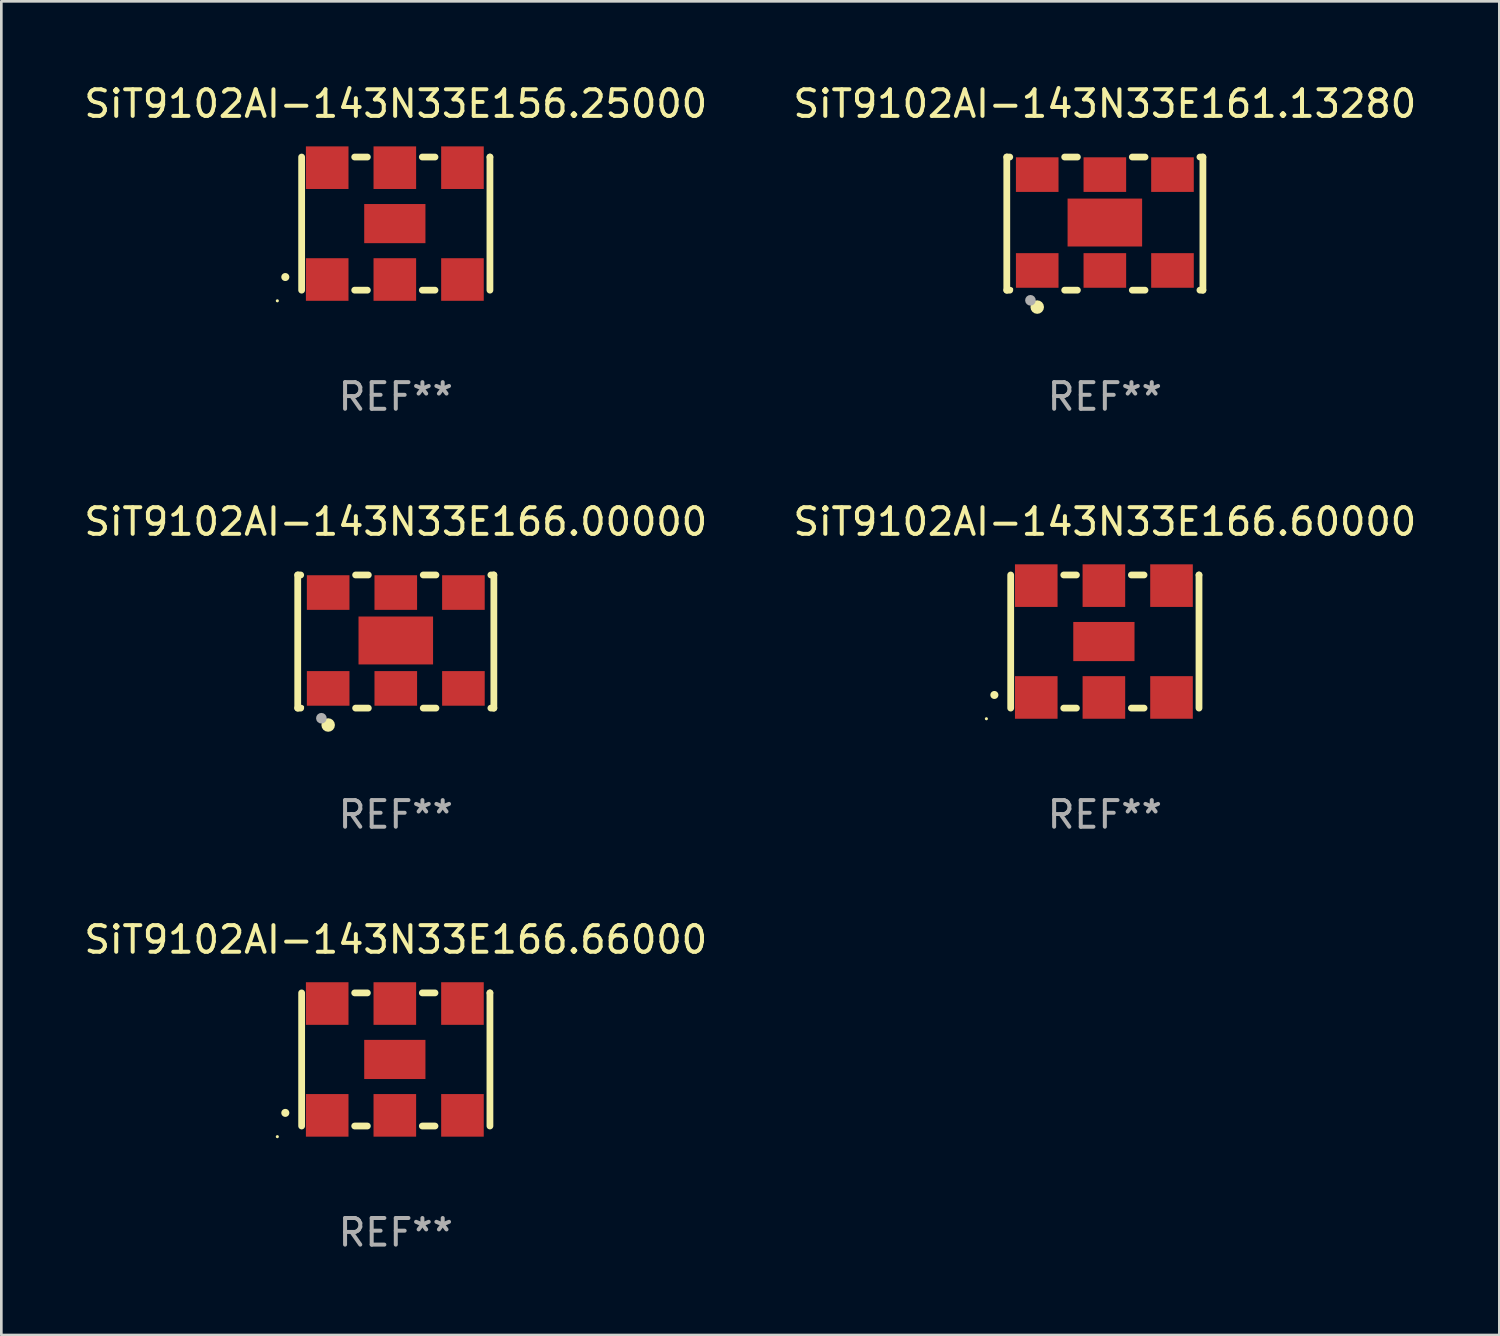
<source format=kicad_pcb>
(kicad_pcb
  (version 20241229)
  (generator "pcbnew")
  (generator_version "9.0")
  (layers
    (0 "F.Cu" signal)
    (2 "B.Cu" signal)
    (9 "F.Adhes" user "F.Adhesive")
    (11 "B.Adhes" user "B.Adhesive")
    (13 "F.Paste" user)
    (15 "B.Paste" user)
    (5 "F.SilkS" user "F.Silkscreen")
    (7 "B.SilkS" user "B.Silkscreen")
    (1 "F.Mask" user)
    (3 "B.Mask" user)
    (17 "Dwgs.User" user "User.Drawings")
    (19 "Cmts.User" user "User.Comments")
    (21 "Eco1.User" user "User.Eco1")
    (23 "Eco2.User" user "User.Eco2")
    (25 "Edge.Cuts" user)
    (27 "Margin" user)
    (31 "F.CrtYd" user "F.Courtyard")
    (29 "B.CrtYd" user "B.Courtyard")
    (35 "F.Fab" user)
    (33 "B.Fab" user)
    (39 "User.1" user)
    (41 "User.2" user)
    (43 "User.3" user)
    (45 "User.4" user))
  (footprint "SiT9102AI-143N33E161.13280"
    (layer "F.Cu")
    (at 38.446 5.348)
    (property "Reference" "SiT9102AI-143N33E161.13280" (at 0 -4.5 0) (layer "F.SilkS") (effects (font (size 1 1) (thickness 0.15))))
    (attr through_hole)
    (fp_line (start -3.683 -2.5) (end -3.571 -2.5) (stroke (width 0.254) (type solid)) (layer "F.SilkS"))
    (fp_line (start -3.683 2.5) (end -3.683 -2.5) (stroke (width 0.254) (type solid)) (layer "F.SilkS"))
    (fp_line (start -3.683 2.5) (end -3.571 2.5) (stroke (width 0.254) (type solid)) (layer "F.SilkS"))
    (fp_line (start -1.509 -2.5) (end -1.031 -2.5) (stroke (width 0.254) (type solid)) (layer "F.SilkS"))
    (fp_line (start -1.509 2.5) (end -1.031 2.5) (stroke (width 0.254) (type solid)) (layer "F.SilkS"))
    (fp_line (start 1.031 -2.5) (end 1.509 -2.5) (stroke (width 0.254) (type solid)) (layer "F.SilkS"))
    (fp_line (start 1.031 2.5) (end 1.509 2.5) (stroke (width 0.254) (type solid)) (layer "F.SilkS"))
    (fp_line (start 3.571 -2.5) (end 3.683 -2.5) (stroke (width 0.254) (type solid)) (layer "F.SilkS"))
    (fp_line (start 3.571 2.5) (end 3.683 2.5) (stroke (width 0.254) (type solid)) (layer "F.SilkS"))
    (fp_line (start 3.683 2.5) (end 3.683 -2.5) (stroke (width 0.254) (type solid)) (layer "F.SilkS"))
    (fp_circle (center -3.5 2.46) (end -3.47 2.46) (stroke (width 0.06) (type solid)) (fill no) (layer "F.SilkS"))
    (fp_circle (center -2.54 3.135) (end -2.413 3.135) (stroke (width 0.254) (type solid)) (fill no) (layer "F.SilkS"))
    (fp_circle (center -2.794 2.881) (end -2.694 2.881) (stroke (width 0.2) (type solid)) (fill no) (layer "F.Fab"))
    (fp_text user "REF**" (at 0 6.5 0) (layer "F.Fab") (effects (font (size 1 1) (thickness 0.15))))
    (pad "1" smd rect (at -2.54 1.76) (size 1.6 1.3) (layers "F.Cu" "F.Mask" "F.Paste"))
    (pad "2" smd rect (at 0 1.76) (size 1.6 1.3) (layers "F.Cu" "F.Mask" "F.Paste"))
    (pad "3" smd rect (at 2.54 1.76) (size 1.6 1.3) (layers "F.Cu" "F.Mask" "F.Paste"))
    (pad "4" smd rect (at 2.54 -1.84) (size 1.6 1.3) (layers "F.Cu" "F.Mask" "F.Paste"))
    (pad "5" smd rect (at 0 -1.84) (size 1.6 1.3) (layers "F.Cu" "F.Mask" "F.Paste"))
    (pad "6" smd rect (at -2.54 -1.84) (size 1.6 1.3) (layers "F.Cu" "F.Mask" "F.Paste"))
    (pad "7" smd rect (at 0 -0.04) (size 2.8 1.8) (layers "F.Cu" "F.Mask" "F.Paste")))
  (footprint "SiT9102AI-143N33E156.25000"
    (layer "F.Cu")
    (at 11.815 5.348)
    (property "Reference" "SiT9102AI-143N33E156.25000" (at 0 -4.5 0) (layer "F.SilkS") (effects (font (size 1 1) (thickness 0.15))))
    (attr through_hole)
    (fp_line (start -3.536 -2.5) (end -3.536 2.5) (stroke (width 0.254) (type solid)) (layer "F.SilkS"))
    (fp_line (start -1.544 2.5) (end -1.067 2.5) (stroke (width 0.254) (type solid)) (layer "F.SilkS"))
    (fp_line (start -1.067 -2.5) (end -1.544 -2.5) (stroke (width 0.254) (type solid)) (layer "F.SilkS"))
    (fp_line (start 0.996 2.5) (end 1.473 2.5) (stroke (width 0.254) (type solid)) (layer "F.SilkS"))
    (fp_line (start 1.473 -2.5) (end 0.996 -2.5) (stroke (width 0.254) (type solid)) (layer "F.SilkS"))
    (fp_line (start 3.536 -2.5) (end 3.536 -2.5) (stroke (width 0.254) (type solid)) (layer "F.SilkS"))
    (fp_line (start 3.536 2.5) (end 3.536 -2.5) (stroke (width 0.254) (type solid)) (layer "F.SilkS"))
    (fp_arc (start -4.150432 2.006604) (mid -4.149162 2.006599) (end -4.147892 2.006604) (stroke (width 0.3) (type solid)) (layer "F.SilkS"))
    (fp_circle (center -4.449 2.9) (end -4.419 2.9) (stroke (width 0.06) (type solid)) (fill no) (layer "F.SilkS"))
    (fp_text user "REF**" (at 0 6.5 0) (layer "F.Fab") (effects (font (size 1 1) (thickness 0.15))))
    (pad "1" smd rect (at -2.576 2.1) (size 1.6 1.6) (layers "F.Cu" "F.Mask" "F.Paste"))
    (pad "2" smd rect (at -0.036 2.1) (size 1.6 1.6) (layers "F.Cu" "F.Mask" "F.Paste"))
    (pad "3" smd rect (at 2.504 2.1) (size 1.6 1.6) (layers "F.Cu" "F.Mask" "F.Paste"))
    (pad "4" smd rect (at 2.504 -2.1) (size 1.6 1.6) (layers "F.Cu" "F.Mask" "F.Paste"))
    (pad "5" smd rect (at -0.036 -2.1) (size 1.6 1.6) (layers "F.Cu" "F.Mask" "F.Paste"))
    (pad "6" smd rect (at -2.576 -2.1) (size 1.6 1.6) (layers "F.Cu" "F.Mask" "F.Paste"))
    (pad "7" smd rect (at -0.036 0) (size 2.3 1.47) (layers "F.Cu" "F.Mask" "F.Paste")))
  (footprint "SiT9102AI-143N33E166.00000"
    (layer "F.Cu")
    (at 11.815 21.045)
    (property "Reference" "SiT9102AI-143N33E166.00000" (at 0 -4.5 0) (layer "F.SilkS") (effects (font (size 1 1) (thickness 0.15))))
    (attr through_hole)
    (fp_line (start -3.683 -2.5) (end -3.571 -2.5) (stroke (width 0.254) (type solid)) (layer "F.SilkS"))
    (fp_line (start -3.683 2.5) (end -3.683 -2.5) (stroke (width 0.254) (type solid)) (layer "F.SilkS"))
    (fp_line (start -3.683 2.5) (end -3.571 2.5) (stroke (width 0.254) (type solid)) (layer "F.SilkS"))
    (fp_line (start -1.509 -2.5) (end -1.031 -2.5) (stroke (width 0.254) (type solid)) (layer "F.SilkS"))
    (fp_line (start -1.509 2.5) (end -1.031 2.5) (stroke (width 0.254) (type solid)) (layer "F.SilkS"))
    (fp_line (start 1.031 -2.5) (end 1.509 -2.5) (stroke (width 0.254) (type solid)) (layer "F.SilkS"))
    (fp_line (start 1.031 2.5) (end 1.509 2.5) (stroke (width 0.254) (type solid)) (layer "F.SilkS"))
    (fp_line (start 3.571 -2.5) (end 3.683 -2.5) (stroke (width 0.254) (type solid)) (layer "F.SilkS"))
    (fp_line (start 3.571 2.5) (end 3.683 2.5) (stroke (width 0.254) (type solid)) (layer "F.SilkS"))
    (fp_line (start 3.683 2.5) (end 3.683 -2.5) (stroke (width 0.254) (type solid)) (layer "F.SilkS"))
    (fp_circle (center -3.5 2.46) (end -3.47 2.46) (stroke (width 0.06) (type solid)) (fill no) (layer "F.SilkS"))
    (fp_circle (center -2.54 3.135) (end -2.413 3.135) (stroke (width 0.254) (type solid)) (fill no) (layer "F.SilkS"))
    (fp_circle (center -2.794 2.881) (end -2.694 2.881) (stroke (width 0.2) (type solid)) (fill no) (layer "F.Fab"))
    (fp_text user "REF**" (at 0 6.5 0) (layer "F.Fab") (effects (font (size 1 1) (thickness 0.15))))
    (pad "1" smd rect (at -2.54 1.76) (size 1.6 1.3) (layers "F.Cu" "F.Mask" "F.Paste"))
    (pad "2" smd rect (at 0 1.76) (size 1.6 1.3) (layers "F.Cu" "F.Mask" "F.Paste"))
    (pad "3" smd rect (at 2.54 1.76) (size 1.6 1.3) (layers "F.Cu" "F.Mask" "F.Paste"))
    (pad "4" smd rect (at 2.54 -1.84) (size 1.6 1.3) (layers "F.Cu" "F.Mask" "F.Paste"))
    (pad "5" smd rect (at 0 -1.84) (size 1.6 1.3) (layers "F.Cu" "F.Mask" "F.Paste"))
    (pad "6" smd rect (at -2.54 -1.84) (size 1.6 1.3) (layers "F.Cu" "F.Mask" "F.Paste"))
    (pad "7" smd rect (at 0 -0.04) (size 2.8 1.8) (layers "F.Cu" "F.Mask" "F.Paste")))
  (footprint "SiT9102AI-143N33E166.66000"
    (layer "F.Cu")
    (at 11.815 36.741)
    (property "Reference" "SiT9102AI-143N33E166.66000" (at 0 -4.5 0) (layer "F.SilkS") (effects (font (size 1 1) (thickness 0.15))))
    (attr through_hole)
    (fp_line (start -3.536 -2.5) (end -3.536 2.5) (stroke (width 0.254) (type solid)) (layer "F.SilkS"))
    (fp_line (start -1.544 2.5) (end -1.067 2.5) (stroke (width 0.254) (type solid)) (layer "F.SilkS"))
    (fp_line (start -1.067 -2.5) (end -1.544 -2.5) (stroke (width 0.254) (type solid)) (layer "F.SilkS"))
    (fp_line (start 0.996 2.5) (end 1.473 2.5) (stroke (width 0.254) (type solid)) (layer "F.SilkS"))
    (fp_line (start 1.473 -2.5) (end 0.996 -2.5) (stroke (width 0.254) (type solid)) (layer "F.SilkS"))
    (fp_line (start 3.536 -2.5) (end 3.536 -2.5) (stroke (width 0.254) (type solid)) (layer "F.SilkS"))
    (fp_line (start 3.536 2.5) (end 3.536 -2.5) (stroke (width 0.254) (type solid)) (layer "F.SilkS"))
    (fp_arc (start -4.150432 2.006604) (mid -4.149162 2.006599) (end -4.147892 2.006604) (stroke (width 0.3) (type solid)) (layer "F.SilkS"))
    (fp_circle (center -4.449 2.9) (end -4.419 2.9) (stroke (width 0.06) (type solid)) (fill no) (layer "F.SilkS"))
    (fp_text user "REF**" (at 0 6.5 0) (layer "F.Fab") (effects (font (size 1 1) (thickness 0.15))))
    (pad "1" smd rect (at -2.576 2.1) (size 1.6 1.6) (layers "F.Cu" "F.Mask" "F.Paste"))
    (pad "2" smd rect (at -0.036 2.1) (size 1.6 1.6) (layers "F.Cu" "F.Mask" "F.Paste"))
    (pad "3" smd rect (at 2.504 2.1) (size 1.6 1.6) (layers "F.Cu" "F.Mask" "F.Paste"))
    (pad "4" smd rect (at 2.504 -2.1) (size 1.6 1.6) (layers "F.Cu" "F.Mask" "F.Paste"))
    (pad "5" smd rect (at -0.036 -2.1) (size 1.6 1.6) (layers "F.Cu" "F.Mask" "F.Paste"))
    (pad "6" smd rect (at -2.576 -2.1) (size 1.6 1.6) (layers "F.Cu" "F.Mask" "F.Paste"))
    (pad "7" smd rect (at -0.036 0) (size 2.3 1.47) (layers "F.Cu" "F.Mask" "F.Paste")))
  (footprint "SiT9102AI-143N33E166.60000"
    (layer "F.Cu")
    (at 38.446 21.045)
    (property "Reference" "SiT9102AI-143N33E166.60000" (at 0 -4.5 0) (layer "F.SilkS") (effects (font (size 1 1) (thickness 0.15))))
    (attr through_hole)
    (fp_line (start -3.536 -2.5) (end -3.536 2.5) (stroke (width 0.254) (type solid)) (layer "F.SilkS"))
    (fp_line (start -1.544 2.5) (end -1.067 2.5) (stroke (width 0.254) (type solid)) (layer "F.SilkS"))
    (fp_line (start -1.067 -2.5) (end -1.544 -2.5) (stroke (width 0.254) (type solid)) (layer "F.SilkS"))
    (fp_line (start 0.996 2.5) (end 1.473 2.5) (stroke (width 0.254) (type solid)) (layer "F.SilkS"))
    (fp_line (start 1.473 -2.5) (end 0.996 -2.5) (stroke (width 0.254) (type solid)) (layer "F.SilkS"))
    (fp_line (start 3.536 -2.5) (end 3.536 -2.5) (stroke (width 0.254) (type solid)) (layer "F.SilkS"))
    (fp_line (start 3.536 2.5) (end 3.536 -2.5) (stroke (width 0.254) (type solid)) (layer "F.SilkS"))
    (fp_arc (start -4.150432 2.006604) (mid -4.149162 2.006599) (end -4.147892 2.006604) (stroke (width 0.3) (type solid)) (layer "F.SilkS"))
    (fp_circle (center -4.449 2.9) (end -4.419 2.9) (stroke (width 0.06) (type solid)) (fill no) (layer "F.SilkS"))
    (fp_text user "REF**" (at 0 6.5 0) (layer "F.Fab") (effects (font (size 1 1) (thickness 0.15))))
    (pad "1" smd rect (at -2.576 2.1) (size 1.6 1.6) (layers "F.Cu" "F.Mask" "F.Paste"))
    (pad "2" smd rect (at -0.036 2.1) (size 1.6 1.6) (layers "F.Cu" "F.Mask" "F.Paste"))
    (pad "3" smd rect (at 2.504 2.1) (size 1.6 1.6) (layers "F.Cu" "F.Mask" "F.Paste"))
    (pad "4" smd rect (at 2.504 -2.1) (size 1.6 1.6) (layers "F.Cu" "F.Mask" "F.Paste"))
    (pad "5" smd rect (at -0.036 -2.1) (size 1.6 1.6) (layers "F.Cu" "F.Mask" "F.Paste"))
    (pad "6" smd rect (at -2.576 -2.1) (size 1.6 1.6) (layers "F.Cu" "F.Mask" "F.Paste"))
    (pad "7" smd rect (at -0.036 0) (size 2.3 1.47) (layers "F.Cu" "F.Mask" "F.Paste")))
  (gr_rect
    (start -3 -3)
    (end 53.262 47.09)
    (stroke (width 0.1) (type default))
    (fill no)
    (layer "Edge.Cuts")))
</source>
